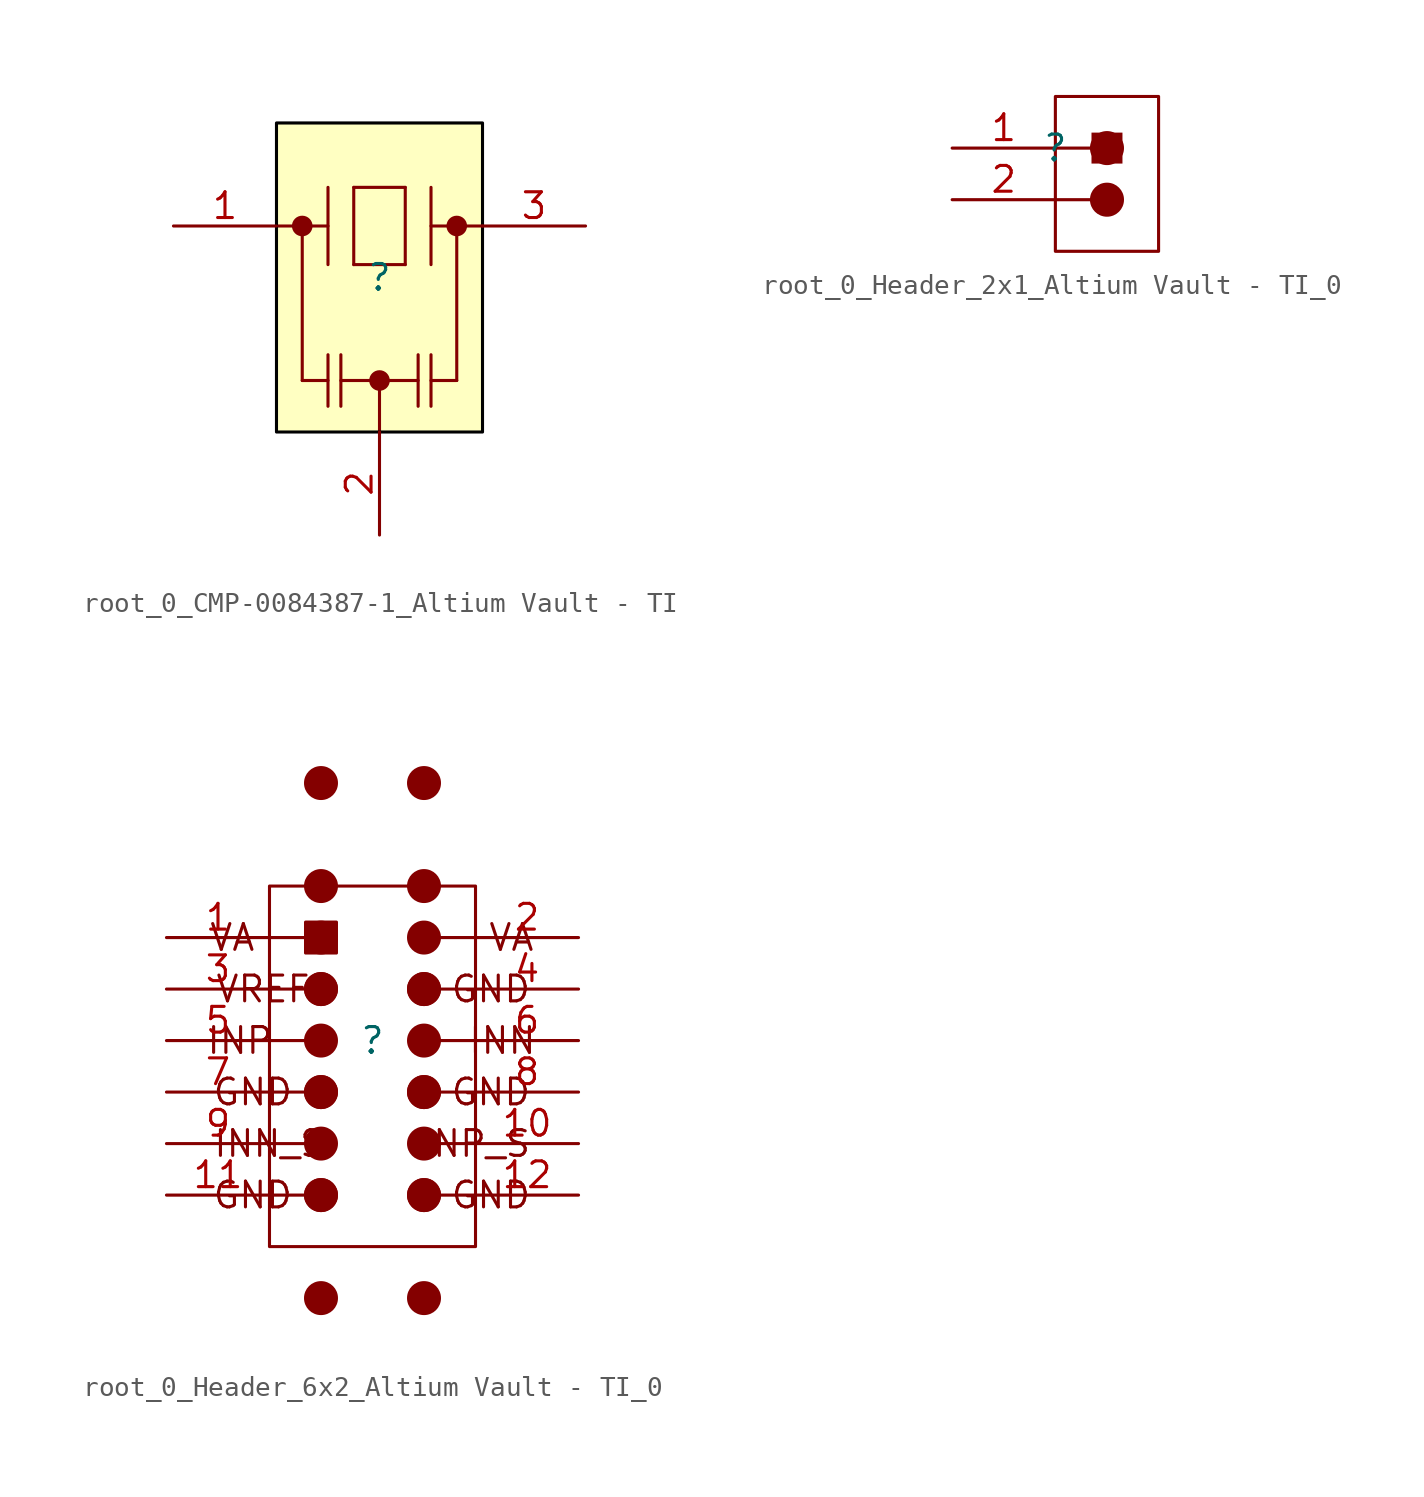
<source format=kicad_sym>
(kicad_symbol_lib
  (version 20241209)
  (generator "kicad_symbol_editor")
  (generator_version "9.0")
  (symbol "root_0_CMP-0084387-1_Altium Vault - TI"
    (pin_names
      (hide yes))
    (property "Reference" ""
      (at 0 0 0)
      (effects (font (size 1.27 1.27))))
    (property "Value" ""
      (at 0 0 0)
      (effects (font (size 1.27 1.27))))
    (symbol "root_0_CMP-0084387-1_Altium Vault - TI_1_0"
      (circle (center -3.81 2.54) (radius 0.254) (stroke (width 0.508) (type solid)) (fill (type none)))
      (polyline (pts (xy -3.81 -5.08) (xy -3.81 2.54)) (stroke (width 0) (type solid)) (fill (type none)))
      (polyline (pts (xy -3.81 -5.08) (xy -2.54 -5.08)) (stroke (width 0) (type solid)) (fill (type none)))
      (polyline (pts (xy -2.54 2.54) (xy -5.08 2.54)) (stroke (width 0) (type solid)) (fill (type none)))
      (polyline (pts (xy -2.54 0.635) (xy -2.54 4.445)) (stroke (width 0) (type solid)) (fill (type none)))
      (polyline (pts (xy -2.54 -6.35) (xy -2.54 -3.81)) (stroke (width 0) (type solid)) (fill (type none)))
      (polyline (pts (xy -1.905 -5.08) (xy 0 -5.08)) (stroke (width 0) (type solid)) (fill (type none)))
      (polyline (pts (xy -1.905 -6.35) (xy -1.905 -3.81)) (stroke (width 0) (type solid)) (fill (type none)))
      (polyline (pts (xy -1.27 4.445) (xy 1.27 4.445)) (stroke (width 0) (type solid)) (fill (type none)))
      (polyline (pts (xy -1.27 0.635) (xy -1.27 4.445)) (stroke (width 0) (type solid)) (fill (type none)))
      (polyline (pts (xy -1.27 0.635) (xy 1.27 0.635)) (stroke (width 0) (type solid)) (fill (type none)))
      (circle (center 0 -5.08) (radius 0.254) (stroke (width 0.508) (type solid)) (fill (type none)))
      (polyline (pts (xy 0 -7.62) (xy 0 -5.08)) (stroke (width 0) (type solid)) (fill (type none)))
      (polyline (pts (xy 1.27 0.635) (xy 1.27 4.445)) (stroke (width 0) (type solid)) (fill (type none)))
      (polyline (pts (xy 1.905 -3.81) (xy 1.905 -6.35)) (stroke (width 0) (type solid)) (fill (type none)))
      (polyline (pts (xy 1.905 -5.08) (xy 0 -5.08)) (stroke (width 0) (type solid)) (fill (type none)))
      (polyline (pts (xy 2.54 0.635) (xy 2.54 4.445)) (stroke (width 0) (type solid)) (fill (type none)))
      (polyline (pts (xy 2.54 -3.81) (xy 2.54 -6.35)) (stroke (width 0) (type solid)) (fill (type none)))
      (circle (center 3.81 2.54) (radius 0.254) (stroke (width 0.508) (type solid)) (fill (type none)))
      (polyline (pts (xy 3.81 -5.08) (xy 2.54 -5.08)) (stroke (width 0) (type solid)) (fill (type none)))
      (polyline (pts (xy 3.81 -5.08) (xy 3.81 2.54)) (stroke (width 0) (type solid)) (fill (type none)))
      (rectangle (start 5.08 7.62) (end -5.08 -7.62) (stroke (width 0) (type solid) (color 0 0 0 1)) (fill (type background)))
      (polyline (pts (xy 5.08 2.54) (xy 2.54 2.54)) (stroke (width 0) (type solid)) (fill (type none)))
      (pin passive line (at -10.16 2.54 0) (length 5.08) (name "In" (effects (font (size 1.27 1.27)))) (number "1" (effects (font (size 1.27 1.27)))))
      (pin passive line (at 0 -12.7 90) (length 5.08) (name "GND" (effects (font (size 1.27 1.27)))) (number "2" (effects (font (size 1.27 1.27)))))
      (pin passive line (at 10.16 2.54 180) (length 5.08) (name "Out" (effects (font (size 1.27 1.27)))) (number "3" (effects (font (size 1.27 1.27)))))))
  (symbol "root_0_Header_2x1_Altium Vault - TI_0"
    (pin_names
      (hide yes))
    (property "Reference" ""
      (at 0 0 0)
      (effects (font (size 1.27 1.27))))
    (property "Value" ""
      (at 0 0 0)
      (effects (font (size 1.27 1.27))))
    (symbol "root_0_Header_2x1_Altium Vault - TI_0_1_0"
      (polyline (pts (xy 0 0) (xy 1.778 0)) (stroke (width 0) (type solid)) (fill (type none)))
      (polyline (pts (xy 0 -2.54) (xy 1.778 -2.54)) (stroke (width 0) (type solid)) (fill (type none)))
      (circle (center 2.54 0) (radius 0.762) (stroke (width 0) (type solid)) (fill (type outline)))
      (circle (center 2.54 -2.54) (radius 0.762) (stroke (width 0) (type solid)) (fill (type outline)))
      (rectangle (start 3.302 0.762) (end 1.778 -0.762) (stroke (width -0.0001) (type solid)) (fill (type outline)))
      (rectangle (start 5.08 2.54) (end 0 -5.08) (stroke (width 0) (type solid)) (fill (type color) (color 255 255 255 1)))
      (pin passive line (at -5.08 0 0) (length 5.08) (name "1" (effects (font (size 1.27 1.27)))) (number "1" (effects (font (size 1.27 1.27)))))
      (pin passive line (at -5.08 -2.54 0) (length 5.08) (name "2" (effects (font (size 1.27 1.27)))) (number "2" (effects (font (size 1.27 1.27)))))))
  (symbol "root_0_Header_6x2_Altium Vault - TI_0"
    (pin_names
      (hide yes))
    (property "Reference" ""
      (at 0 0 0)
      (effects (font (size 1.27 1.27))))
    (property "Value" ""
      (at 0 0 0)
      (effects (font (size 1.27 1.27))))
    (symbol "root_0_Header_6x2_Altium Vault - TI_0_1_0"
      (polyline (pts (xy -5.08 5.08) (xy -3.302 5.08)) (stroke (width 0) (type solid)) (fill (type none)))
      (polyline (pts (xy -5.08 2.54) (xy -3.302 2.54)) (stroke (width 0) (type solid)) (fill (type none)))
      (polyline (pts (xy -5.08 0) (xy -3.302 0)) (stroke (width 0) (type solid)) (fill (type none)))
      (polyline (pts (xy -5.08 -2.54) (xy -3.302 -2.54)) (stroke (width 0) (type solid)) (fill (type none)))
      (polyline (pts (xy -5.08 -5.08) (xy -3.302 -5.08)) (stroke (width 0) (type solid)) (fill (type none)))
      (polyline (pts (xy -5.08 -7.62) (xy -3.302 -7.62)) (stroke (width 0) (type solid)) (fill (type none)))
      (circle (center -2.54 12.7) (radius 0.762) (stroke (width 0) (type solid)) (fill (type outline)))
      (circle (center -2.54 7.62) (radius 0.762) (stroke (width 0) (type solid)) (fill (type outline)))
      (circle (center -2.54 5.08) (radius 0.762) (stroke (width 0) (type solid)) (fill (type outline)))
      (circle (center -2.54 2.54) (radius 0.762) (stroke (width 0) (type solid)) (fill (type outline)))
      (circle (center -2.54 2.54) (radius 0.762) (stroke (width 0) (type solid)) (fill (type outline)))
      (circle (center -2.54 0) (radius 0.762) (stroke (width 0) (type solid)) (fill (type outline)))
      (circle (center -2.54 -2.54) (radius 0.762) (stroke (width 0) (type solid)) (fill (type outline)))
      (circle (center -2.54 -2.54) (radius 0.762) (stroke (width 0) (type solid)) (fill (type outline)))
      (circle (center -2.54 -5.08) (radius 0.762) (stroke (width 0) (type solid)) (fill (type outline)))
      (circle (center -2.54 -7.62) (radius 0.762) (stroke (width 0) (type solid)) (fill (type outline)))
      (circle (center -2.54 -7.62) (radius 0.762) (stroke (width 0) (type solid)) (fill (type outline)))
      (circle (center -2.54 -12.7) (radius 0.762) (stroke (width 0) (type solid)) (fill (type outline)))
      (rectangle (start -1.778 5.842) (end -3.302 4.318) (stroke (width 0) (type solid)) (fill (type outline)))
      (circle (center 2.54 12.7) (radius 0.762) (stroke (width 0) (type solid)) (fill (type outline)))
      (circle (center 2.54 7.62) (radius 0.762) (stroke (width 0) (type solid)) (fill (type outline)))
      (circle (center 2.54 5.08) (radius 0.762) (stroke (width 0) (type solid)) (fill (type outline)))
      (circle (center 2.54 2.54) (radius 0.762) (stroke (width 0) (type solid)) (fill (type outline)))
      (circle (center 2.54 2.54) (radius 0.762) (stroke (width 0) (type solid)) (fill (type outline)))
      (circle (center 2.54 0) (radius 0.762) (stroke (width 0) (type solid)) (fill (type outline)))
      (circle (center 2.54 -2.54) (radius 0.762) (stroke (width 0) (type solid)) (fill (type outline)))
      (circle (center 2.54 -2.54) (radius 0.762) (stroke (width 0) (type solid)) (fill (type outline)))
      (circle (center 2.54 -5.08) (radius 0.762) (stroke (width 0) (type solid)) (fill (type outline)))
      (circle (center 2.54 -7.62) (radius 0.762) (stroke (width 0) (type solid)) (fill (type outline)))
      (circle (center 2.54 -7.62) (radius 0.762) (stroke (width 0) (type solid)) (fill (type outline)))
      (circle (center 2.54 -12.7) (radius 0.762) (stroke (width 0) (type solid)) (fill (type outline)))
      (rectangle (start 5.08 7.62) (end -5.08 -10.16) (stroke (width 0) (type solid)) (fill (type color) (color 255 255 255 1)))
      (polyline (pts (xy 5.08 5.08) (xy 3.302 5.08)) (stroke (width 0) (type solid)) (fill (type none)))
      (polyline (pts (xy 5.08 2.54) (xy 3.302 2.54)) (stroke (width 0) (type solid)) (fill (type none)))
      (polyline (pts (xy 5.08 0) (xy 3.302 0)) (stroke (width 0) (type solid)) (fill (type none)))
      (polyline (pts (xy 5.08 -2.54) (xy 3.302 -2.54)) (stroke (width 0) (type solid)) (fill (type none)))
      (polyline (pts (xy 5.08 -5.08) (xy 3.302 -5.08)) (stroke (width 0) (type solid)) (fill (type none)))
      (polyline (pts (xy 5.08 -7.62) (xy 3.302 -7.62)) (stroke (width 0) (type solid)) (fill (type none)))
      (text "VA" (at -6.914 5.08 0) (effects (font (size 1.27 1.27))))
      (text "INP" (at -6.535 0 0) (effects (font (size 1.27 1.27))))
      (text "GND" (at -5.902 -2.54 0) (effects (font (size 1.27 1.27))))
      (text "GND" (at -5.902 -7.62 0) (effects (font (size 1.27 1.27))))
      (text "VREF" (at -5.397 2.54 0) (effects (font (size 1.27 1.27))))
      (text "INN_S" (at -5.08 -5.08 0) (effects (font (size 1.27 1.27))))
      (text "INP_S" (at 5.08 -5.08 0) (effects (font (size 1.27 1.27))))
      (text "GND" (at 5.838 2.54 0) (effects (font (size 1.27 1.27))))
      (text "GND" (at 5.838 -2.54 0) (effects (font (size 1.27 1.27))))
      (text "GND" (at 5.838 -7.62 0) (effects (font (size 1.27 1.27))))
      (text "INN" (at 6.408 0 0) (effects (font (size 1.27 1.27))))
      (text "VA" (at 6.85 5.08 0) (effects (font (size 1.27 1.27))))
      (pin passive line (at -10.16 5.08 0) (length 5.08) (name "1" (effects (font (size 1.27 1.27)))) (number "1" (effects (font (size 1.27 1.27)))))
      (pin passive line (at -10.16 2.54 0) (length 5.08) (name "3" (effects (font (size 1.27 1.27)))) (number "3" (effects (font (size 1.27 1.27)))))
      (pin passive line (at -10.16 0 0) (length 5.08) (name "5" (effects (font (size 1.27 1.27)))) (number "5" (effects (font (size 1.27 1.27)))))
      (pin passive line (at -10.16 -2.54 0) (length 5.08) (name "7" (effects (font (size 1.27 1.27)))) (number "7" (effects (font (size 1.27 1.27)))))
      (pin passive line (at -10.16 -5.08 0) (length 5.08) (name "9" (effects (font (size 1.27 1.27)))) (number "9" (effects (font (size 1.27 1.27)))))
      (pin passive line (at -10.16 -7.62 0) (length 5.08) (name "11" (effects (font (size 1.27 1.27)))) (number "11" (effects (font (size 1.27 1.27)))))
      (pin passive line (at 10.16 5.08 180) (length 5.08) (name "2" (effects (font (size 1.27 1.27)))) (number "2" (effects (font (size 1.27 1.27)))))
      (pin passive line (at 10.16 2.54 180) (length 5.08) (name "4" (effects (font (size 1.27 1.27)))) (number "4" (effects (font (size 1.27 1.27)))))
      (pin passive line (at 10.16 0 180) (length 5.08) (name "6" (effects (font (size 1.27 1.27)))) (number "6" (effects (font (size 1.27 1.27)))))
      (pin passive line (at 10.16 -2.54 180) (length 5.08) (name "8" (effects (font (size 1.27 1.27)))) (number "8" (effects (font (size 1.27 1.27)))))
      (pin passive line (at 10.16 -5.08 180) (length 5.08) (name "10" (effects (font (size 1.27 1.27)))) (number "10" (effects (font (size 1.27 1.27)))))
      (pin passive line (at 10.16 -7.62 180) (length 5.08) (name "12" (effects (font (size 1.27 1.27)))) (number "12" (effects (font (size 1.27 1.27))))))))
</source>
